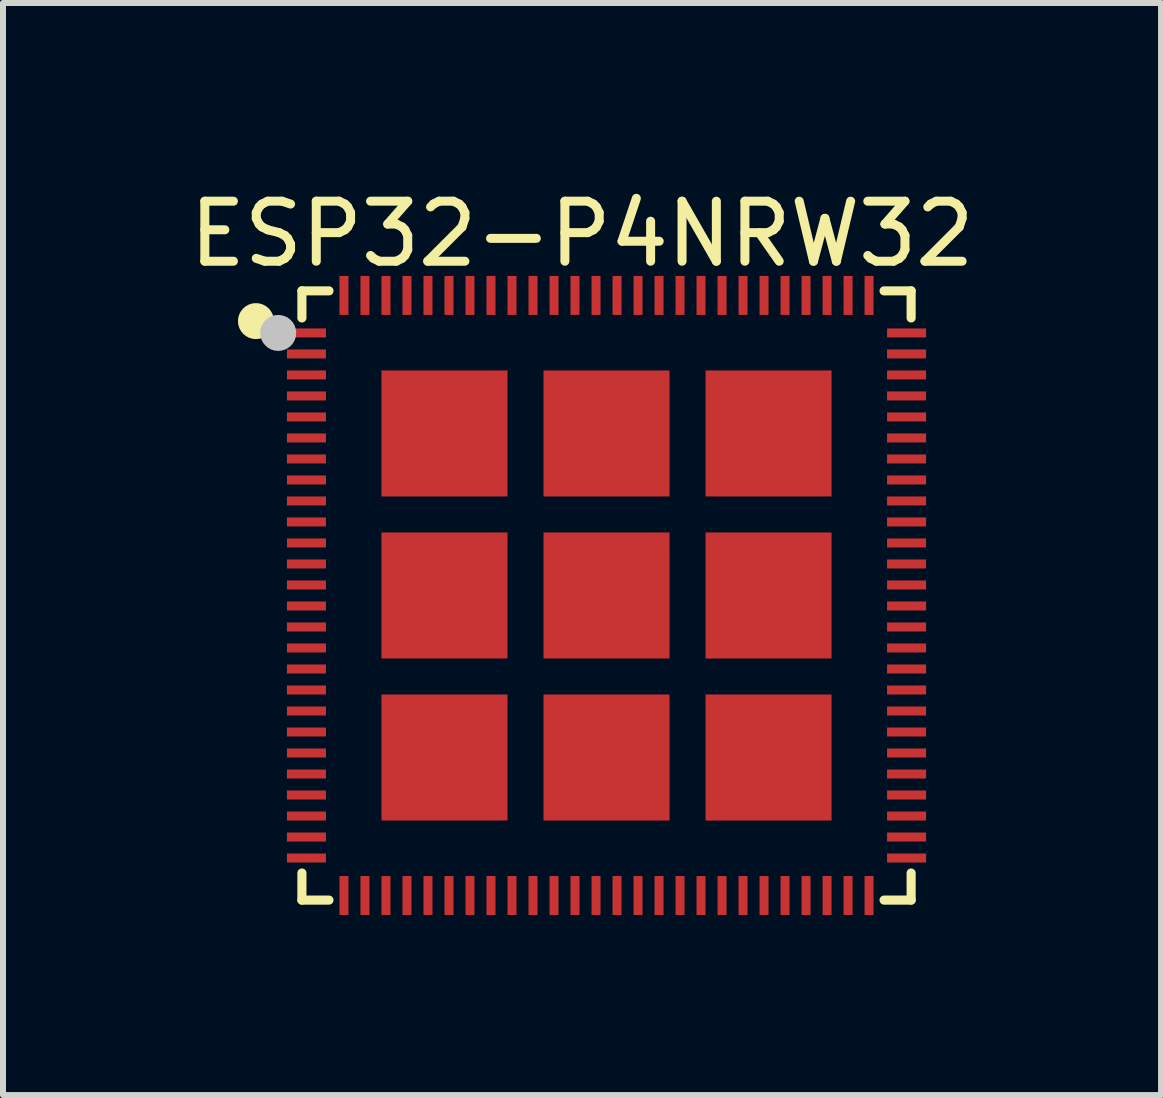
<source format=kicad_pcb>
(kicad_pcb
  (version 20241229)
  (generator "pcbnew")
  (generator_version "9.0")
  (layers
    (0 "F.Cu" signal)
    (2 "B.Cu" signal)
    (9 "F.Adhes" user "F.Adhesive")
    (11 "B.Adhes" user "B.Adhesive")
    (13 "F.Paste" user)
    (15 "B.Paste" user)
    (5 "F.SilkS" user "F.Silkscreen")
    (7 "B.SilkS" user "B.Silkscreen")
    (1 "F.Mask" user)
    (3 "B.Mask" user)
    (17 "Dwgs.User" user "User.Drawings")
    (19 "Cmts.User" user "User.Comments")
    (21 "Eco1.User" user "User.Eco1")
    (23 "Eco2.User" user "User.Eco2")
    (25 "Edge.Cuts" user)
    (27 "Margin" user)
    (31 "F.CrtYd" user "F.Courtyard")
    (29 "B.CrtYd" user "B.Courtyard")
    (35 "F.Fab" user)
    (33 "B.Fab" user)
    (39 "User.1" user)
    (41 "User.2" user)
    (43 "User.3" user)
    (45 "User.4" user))
  (footprint "ESP32-P4NRW32"
    (layer "F.Cu")
    (at 7.057 6.873)
    (property "Reference" "ESP32-P4NRW32" (at -0.408 -6.025 0) (layer "F.SilkS") (effects (font (size 1 1) (thickness 0.15))))
    (fp_line (start -5.076 -5.076) (end -4.625 -5.076) (stroke (width 0.152) (type default)) (layer "F.SilkS"))
    (fp_line (start -5.076 -4.625) (end -5.076 -5.076) (stroke (width 0.152) (type default)) (layer "F.SilkS"))
    (fp_line (start -5.076 4.625) (end -5.076 5.076) (stroke (width 0.152) (type default)) (layer "F.SilkS"))
    (fp_line (start -5.076 5.076) (end -4.625 5.076) (stroke (width 0.152) (type default)) (layer "F.SilkS"))
    (fp_line (start 5.076 -5.076) (end 4.625 -5.076) (stroke (width 0.152) (type default)) (layer "F.SilkS"))
    (fp_line (start 5.076 -4.625) (end 5.076 -5.076) (stroke (width 0.152) (type default)) (layer "F.SilkS"))
    (fp_line (start 5.076 4.625) (end 5.076 5.076) (stroke (width 0.152) (type default)) (layer "F.SilkS"))
    (fp_line (start 5.076 5.076) (end 4.625 5.076) (stroke (width 0.152) (type default)) (layer "F.SilkS"))
    (fp_circle (center -5.842 -4.572) (end -5.692 -4.572) (stroke (width 0.3) (type default)) (fill no) (layer "F.SilkS"))
    (fp_circle (center -5.471 -4.375) (end -5.321 -4.375) (stroke (width 0.3) (type default)) (fill no) (layer "Dwgs.User"))
    (fp_poly (pts (xy -5 -4.285) (xy -4.6 -4.285) (xy -4.6 -4.465) (xy -5 -4.465)) (stroke (width 0.1) (type default)) (fill no) (layer "User.1"))
    (fp_poly (pts (xy -5 -4.285) (xy -4.6 -4.285) (xy -4.6 -4.465) (xy -5 -4.465)) (stroke (width 0.1) (type default)) (fill no) (layer "User.1"))
    (fp_poly (pts (xy -5 -3.935) (xy -4.6 -3.935) (xy -4.6 -4.115) (xy -5 -4.115)) (stroke (width 0.1) (type default)) (fill no) (layer "User.1"))
    (fp_poly (pts (xy -5 -3.935) (xy -4.6 -3.935) (xy -4.6 -4.115) (xy -5 -4.115)) (stroke (width 0.1) (type default)) (fill no) (layer "User.1"))
    (fp_poly (pts (xy -5 -3.585) (xy -4.6 -3.585) (xy -4.6 -3.765) (xy -5 -3.765)) (stroke (width 0.1) (type default)) (fill no) (layer "User.1"))
    (fp_poly (pts (xy -5 -3.585) (xy -4.6 -3.585) (xy -4.6 -3.765) (xy -5 -3.765)) (stroke (width 0.1) (type default)) (fill no) (layer "User.1"))
    (fp_poly (pts (xy -5 -3.235) (xy -4.6 -3.235) (xy -4.6 -3.415) (xy -5 -3.415)) (stroke (width 0.1) (type default)) (fill no) (layer "User.1"))
    (fp_poly (pts (xy -5 -3.235) (xy -4.6 -3.235) (xy -4.6 -3.415) (xy -5 -3.415)) (stroke (width 0.1) (type default)) (fill no) (layer "User.1"))
    (fp_poly (pts (xy -5 -2.885) (xy -4.6 -2.885) (xy -4.6 -3.065) (xy -5 -3.065)) (stroke (width 0.1) (type default)) (fill no) (layer "User.1"))
    (fp_poly (pts (xy -5 -2.885) (xy -4.6 -2.885) (xy -4.6 -3.065) (xy -5 -3.065)) (stroke (width 0.1) (type default)) (fill no) (layer "User.1"))
    (fp_poly (pts (xy -5 -2.535) (xy -4.6 -2.535) (xy -4.6 -2.715) (xy -5 -2.715)) (stroke (width 0.1) (type default)) (fill no) (layer "User.1"))
    (fp_poly (pts (xy -5 -2.535) (xy -4.6 -2.535) (xy -4.6 -2.715) (xy -5 -2.715)) (stroke (width 0.1) (type default)) (fill no) (layer "User.1"))
    (fp_poly (pts (xy -5 -2.185) (xy -4.6 -2.185) (xy -4.6 -2.365) (xy -5 -2.365)) (stroke (width 0.1) (type default)) (fill no) (layer "User.1"))
    (fp_poly (pts (xy -5 -2.185) (xy -4.6 -2.185) (xy -4.6 -2.365) (xy -5 -2.365)) (stroke (width 0.1) (type default)) (fill no) (layer "User.1"))
    (fp_poly (pts (xy -5 -1.835) (xy -4.6 -1.835) (xy -4.6 -2.015) (xy -5 -2.015)) (stroke (width 0.1) (type default)) (fill no) (layer "User.1"))
    (fp_poly (pts (xy -5 -1.835) (xy -4.6 -1.835) (xy -4.6 -2.015) (xy -5 -2.015)) (stroke (width 0.1) (type default)) (fill no) (layer "User.1"))
    (fp_poly (pts (xy -5 -1.485) (xy -4.6 -1.485) (xy -4.6 -1.665) (xy -5 -1.665)) (stroke (width 0.1) (type default)) (fill no) (layer "User.1"))
    (fp_poly (pts (xy -5 -1.485) (xy -4.6 -1.485) (xy -4.6 -1.665) (xy -5 -1.665)) (stroke (width 0.1) (type default)) (fill no) (layer "User.1"))
    (fp_poly (pts (xy -5 -1.135) (xy -4.6 -1.135) (xy -4.6 -1.315) (xy -5 -1.315)) (stroke (width 0.1) (type default)) (fill no) (layer "User.1"))
    (fp_poly (pts (xy -5 -1.135) (xy -4.6 -1.135) (xy -4.6 -1.315) (xy -5 -1.315)) (stroke (width 0.1) (type default)) (fill no) (layer "User.1"))
    (fp_poly (pts (xy -5 -0.785) (xy -4.6 -0.785) (xy -4.6 -0.965) (xy -5 -0.965)) (stroke (width 0.1) (type default)) (fill no) (layer "User.1"))
    (fp_poly (pts (xy -5 -0.785) (xy -4.6 -0.785) (xy -4.6 -0.965) (xy -5 -0.965)) (stroke (width 0.1) (type default)) (fill no) (layer "User.1"))
    (fp_poly (pts (xy -5 -0.435) (xy -4.6 -0.435) (xy -4.6 -0.615) (xy -5 -0.615)) (stroke (width 0.1) (type default)) (fill no) (layer "User.1"))
    (fp_poly (pts (xy -5 -0.435) (xy -4.6 -0.435) (xy -4.6 -0.615) (xy -5 -0.615)) (stroke (width 0.1) (type default)) (fill no) (layer "User.1"))
    (fp_poly (pts (xy -5 -0.085) (xy -4.6 -0.085) (xy -4.6 -0.265) (xy -5 -0.265)) (stroke (width 0.1) (type default)) (fill no) (layer "User.1"))
    (fp_poly (pts (xy -5 -0.085) (xy -4.6 -0.085) (xy -4.6 -0.265) (xy -5 -0.265)) (stroke (width 0.1) (type default)) (fill no) (layer "User.1"))
    (fp_poly (pts (xy -5 0.265) (xy -4.6 0.265) (xy -4.6 0.085) (xy -5 0.085)) (stroke (width 0.1) (type default)) (fill no) (layer "User.1"))
    (fp_poly (pts (xy -5 0.265) (xy -4.6 0.265) (xy -4.6 0.085) (xy -5 0.085)) (stroke (width 0.1) (type default)) (fill no) (layer "User.1"))
    (fp_poly (pts (xy -5 0.615) (xy -4.6 0.615) (xy -4.6 0.435) (xy -5 0.435)) (stroke (width 0.1) (type default)) (fill no) (layer "User.1"))
    (fp_poly (pts (xy -5 0.615) (xy -4.6 0.615) (xy -4.6 0.435) (xy -5 0.435)) (stroke (width 0.1) (type default)) (fill no) (layer "User.1"))
    (fp_poly (pts (xy -5 0.965) (xy -4.6 0.965) (xy -4.6 0.785) (xy -5 0.785)) (stroke (width 0.1) (type default)) (fill no) (layer "User.1"))
    (fp_poly (pts (xy -5 0.965) (xy -4.6 0.965) (xy -4.6 0.785) (xy -5 0.785)) (stroke (width 0.1) (type default)) (fill no) (layer "User.1"))
    (fp_poly (pts (xy -5 1.315) (xy -4.6 1.315) (xy -4.6 1.135) (xy -5 1.135)) (stroke (width 0.1) (type default)) (fill no) (layer "User.1"))
    (fp_poly (pts (xy -5 1.315) (xy -4.6 1.315) (xy -4.6 1.135) (xy -5 1.135)) (stroke (width 0.1) (type default)) (fill no) (layer "User.1"))
    (fp_poly (pts (xy -5 1.665) (xy -4.6 1.665) (xy -4.6 1.485) (xy -5 1.485)) (stroke (width 0.1) (type default)) (fill no) (layer "User.1"))
    (fp_poly (pts (xy -5 1.665) (xy -4.6 1.665) (xy -4.6 1.485) (xy -5 1.485)) (stroke (width 0.1) (type default)) (fill no) (layer "User.1"))
    (fp_poly (pts (xy -5 2.015) (xy -4.6 2.015) (xy -4.6 1.835) (xy -5 1.835)) (stroke (width 0.1) (type default)) (fill no) (layer "User.1"))
    (fp_poly (pts (xy -5 2.015) (xy -4.6 2.015) (xy -4.6 1.835) (xy -5 1.835)) (stroke (width 0.1) (type default)) (fill no) (layer "User.1"))
    (fp_poly (pts (xy -5 2.365) (xy -4.6 2.365) (xy -4.6 2.185) (xy -5 2.185)) (stroke (width 0.1) (type default)) (fill no) (layer "User.1"))
    (fp_poly (pts (xy -5 2.365) (xy -4.6 2.365) (xy -4.6 2.185) (xy -5 2.185)) (stroke (width 0.1) (type default)) (fill no) (layer "User.1"))
    (fp_poly (pts (xy -5 2.715) (xy -4.6 2.715) (xy -4.6 2.535) (xy -5 2.535)) (stroke (width 0.1) (type default)) (fill no) (layer "User.1"))
    (fp_poly (pts (xy -5 2.715) (xy -4.6 2.715) (xy -4.6 2.535) (xy -5 2.535)) (stroke (width 0.1) (type default)) (fill no) (layer "User.1"))
    (fp_poly (pts (xy -5 3.065) (xy -4.6 3.065) (xy -4.6 2.885) (xy -5 2.885)) (stroke (width 0.1) (type default)) (fill no) (layer "User.1"))
    (fp_poly (pts (xy -5 3.065) (xy -4.6 3.065) (xy -4.6 2.885) (xy -5 2.885)) (stroke (width 0.1) (type default)) (fill no) (layer "User.1"))
    (fp_poly (pts (xy -5 3.415) (xy -4.6 3.415) (xy -4.6 3.235) (xy -5 3.235)) (stroke (width 0.1) (type default)) (fill no) (layer "User.1"))
    (fp_poly (pts (xy -5 3.415) (xy -4.6 3.415) (xy -4.6 3.235) (xy -5 3.235)) (stroke (width 0.1) (type default)) (fill no) (layer "User.1"))
    (fp_poly (pts (xy -5 3.765) (xy -4.6 3.765) (xy -4.6 3.585) (xy -5 3.585)) (stroke (width 0.1) (type default)) (fill no) (layer "User.1"))
    (fp_poly (pts (xy -5 3.765) (xy -4.6 3.765) (xy -4.6 3.585) (xy -5 3.585)) (stroke (width 0.1) (type default)) (fill no) (layer "User.1"))
    (fp_poly (pts (xy -5 4.115) (xy -4.6 4.115) (xy -4.6 3.935) (xy -5 3.935)) (stroke (width 0.1) (type default)) (fill no) (layer "User.1"))
    (fp_poly (pts (xy -5 4.115) (xy -4.6 4.115) (xy -4.6 3.935) (xy -5 3.935)) (stroke (width 0.1) (type default)) (fill no) (layer "User.1"))
    (fp_poly (pts (xy -5 4.465) (xy -4.6 4.465) (xy -4.6 4.285) (xy -5 4.285)) (stroke (width 0.1) (type default)) (fill no) (layer "User.1"))
    (fp_poly (pts (xy -5 4.465) (xy -4.6 4.465) (xy -4.6 4.285) (xy -5 4.285)) (stroke (width 0.1) (type default)) (fill no) (layer "User.1"))
    (fp_poly (pts (xy -4.465 -5) (xy -4.285 -5) (xy -4.285 -4.6) (xy -4.465 -4.6)) (stroke (width 0.1) (type default)) (fill no) (layer "User.1"))
    (fp_poly (pts (xy -4.465 -5) (xy -4.285 -5) (xy -4.285 -4.6) (xy -4.465 -4.6)) (stroke (width 0.1) (type default)) (fill no) (layer "User.1"))
    (fp_poly (pts (xy -4.465 5) (xy -4.285 5) (xy -4.285 4.599) (xy -4.465 4.599)) (stroke (width 0.1) (type default)) (fill no) (layer "User.1"))
    (fp_poly (pts (xy -4.465 5) (xy -4.285 5) (xy -4.285 4.6) (xy -4.465 4.6)) (stroke (width 0.1) (type default)) (fill no) (layer "User.1"))
    (fp_poly (pts (xy -4.115 -5) (xy -3.935 -5) (xy -3.935 -4.6) (xy -4.115 -4.6)) (stroke (width 0.1) (type default)) (fill no) (layer "User.1"))
    (fp_poly (pts (xy -4.115 -5) (xy -3.935 -5) (xy -3.935 -4.6) (xy -4.115 -4.6)) (stroke (width 0.1) (type default)) (fill no) (layer "User.1"))
    (fp_poly (pts (xy -4.115 5) (xy -3.935 5) (xy -3.935 4.6) (xy -4.115 4.6)) (stroke (width 0.1) (type default)) (fill no) (layer "User.1"))
    (fp_poly (pts (xy -4.115 5) (xy -3.935 5) (xy -3.935 4.6) (xy -4.115 4.6)) (stroke (width 0.1) (type default)) (fill no) (layer "User.1"))
    (fp_poly (pts (xy -3.765 -5) (xy -3.585 -5) (xy -3.585 -4.6) (xy -3.765 -4.6)) (stroke (width 0.1) (type default)) (fill no) (layer "User.1"))
    (fp_poly (pts (xy -3.765 -5) (xy -3.585 -5) (xy -3.585 -4.6) (xy -3.765 -4.6)) (stroke (width 0.1) (type default)) (fill no) (layer "User.1"))
    (fp_poly (pts (xy -3.765 5) (xy -3.585 5) (xy -3.585 4.6) (xy -3.765 4.6)) (stroke (width 0.1) (type default)) (fill no) (layer "User.1"))
    (fp_poly (pts (xy -3.765 5) (xy -3.585 5) (xy -3.585 4.6) (xy -3.765 4.6)) (stroke (width 0.1) (type default)) (fill no) (layer "User.1"))
    (fp_poly (pts (xy -3.415 -5) (xy -3.235 -5) (xy -3.235 -4.6) (xy -3.415 -4.6)) (stroke (width 0.1) (type default)) (fill no) (layer "User.1"))
    (fp_poly (pts (xy -3.415 -5) (xy -3.235 -5) (xy -3.235 -4.6) (xy -3.415 -4.6)) (stroke (width 0.1) (type default)) (fill no) (layer "User.1"))
    (fp_poly (pts (xy -3.415 5) (xy -3.235 5) (xy -3.235 4.6) (xy -3.415 4.6)) (stroke (width 0.1) (type default)) (fill no) (layer "User.1"))
    (fp_poly (pts (xy -3.415 5) (xy -3.235 5) (xy -3.235 4.6) (xy -3.415 4.6)) (stroke (width 0.1) (type default)) (fill no) (layer "User.1"))
    (fp_poly (pts (xy -3.065 -5) (xy -2.885 -5) (xy -2.885 -4.6) (xy -3.065 -4.6)) (stroke (width 0.1) (type default)) (fill no) (layer "User.1"))
    (fp_poly (pts (xy -3.065 -5) (xy -2.885 -5) (xy -2.885 -4.6) (xy -3.065 -4.6)) (stroke (width 0.1) (type default)) (fill no) (layer "User.1"))
    (fp_poly (pts (xy -3.065 5) (xy -2.885 5) (xy -2.885 4.6) (xy -3.065 4.6)) (stroke (width 0.1) (type default)) (fill no) (layer "User.1"))
    (fp_poly (pts (xy -3.065 5) (xy -2.885 5) (xy -2.885 4.6) (xy -3.065 4.6)) (stroke (width 0.1) (type default)) (fill no) (layer "User.1"))
    (fp_poly (pts (xy -2.715 -5) (xy -2.535 -5) (xy -2.535 -4.6) (xy -2.715 -4.6)) (stroke (width 0.1) (type default)) (fill no) (layer "User.1"))
    (fp_poly (pts (xy -2.715 -5) (xy -2.535 -5) (xy -2.535 -4.6) (xy -2.715 -4.6)) (stroke (width 0.1) (type default)) (fill no) (layer "User.1"))
    (fp_poly (pts (xy -2.715 5) (xy -2.535 5) (xy -2.535 4.6) (xy -2.715 4.6)) (stroke (width 0.1) (type default)) (fill no) (layer "User.1"))
    (fp_poly (pts (xy -2.715 5) (xy -2.535 5) (xy -2.535 4.6) (xy -2.715 4.6)) (stroke (width 0.1) (type default)) (fill no) (layer "User.1"))
    (fp_poly (pts (xy -2.365 -5) (xy -2.185 -5) (xy -2.185 -4.6) (xy -2.365 -4.6)) (stroke (width 0.1) (type default)) (fill no) (layer "User.1"))
    (fp_poly (pts (xy -2.365 -5) (xy -2.185 -5) (xy -2.185 -4.6) (xy -2.365 -4.6)) (stroke (width 0.1) (type default)) (fill no) (layer "User.1"))
    (fp_poly (pts (xy -2.365 5) (xy -2.185 5) (xy -2.185 4.6) (xy -2.365 4.6)) (stroke (width 0.1) (type default)) (fill no) (layer "User.1"))
    (fp_poly (pts (xy -2.365 5) (xy -2.185 5) (xy -2.185 4.6) (xy -2.365 4.6)) (stroke (width 0.1) (type default)) (fill no) (layer "User.1"))
    (fp_poly (pts (xy -2.015 -5) (xy -1.835 -5) (xy -1.835 -4.6) (xy -2.015 -4.6)) (stroke (width 0.1) (type default)) (fill no) (layer "User.1"))
    (fp_poly (pts (xy -2.015 -5) (xy -1.835 -5) (xy -1.835 -4.6) (xy -2.015 -4.6)) (stroke (width 0.1) (type default)) (fill no) (layer "User.1"))
    (fp_poly (pts (xy -2.015 5) (xy -1.835 5) (xy -1.835 4.6) (xy -2.015 4.6)) (stroke (width 0.1) (type default)) (fill no) (layer "User.1"))
    (fp_poly (pts (xy -2.015 5) (xy -1.835 5) (xy -1.835 4.6) (xy -2.015 4.6)) (stroke (width 0.1) (type default)) (fill no) (layer "User.1"))
    (fp_poly (pts (xy -1.665 -5) (xy -1.485 -5) (xy -1.485 -4.6) (xy -1.665 -4.6)) (stroke (width 0.1) (type default)) (fill no) (layer "User.1"))
    (fp_poly (pts (xy -1.665 -5) (xy -1.485 -5) (xy -1.485 -4.6) (xy -1.665 -4.6)) (stroke (width 0.1) (type default)) (fill no) (layer "User.1"))
    (fp_poly (pts (xy -1.665 5) (xy -1.485 5) (xy -1.485 4.6) (xy -1.665 4.6)) (stroke (width 0.1) (type default)) (fill no) (layer "User.1"))
    (fp_poly (pts (xy -1.665 5) (xy -1.485 5) (xy -1.485 4.6) (xy -1.665 4.6)) (stroke (width 0.1) (type default)) (fill no) (layer "User.1"))
    (fp_poly (pts (xy -1.315 -5) (xy -1.135 -5) (xy -1.135 -4.6) (xy -1.315 -4.6)) (stroke (width 0.1) (type default)) (fill no) (layer "User.1"))
    (fp_poly (pts (xy -1.315 -5) (xy -1.135 -5) (xy -1.135 -4.6) (xy -1.315 -4.6)) (stroke (width 0.1) (type default)) (fill no) (layer "User.1"))
    (fp_poly (pts (xy -1.315 5) (xy -1.135 5) (xy -1.135 4.6) (xy -1.315 4.6)) (stroke (width 0.1) (type default)) (fill no) (layer "User.1"))
    (fp_poly (pts (xy -1.315 5) (xy -1.135 5) (xy -1.135 4.6) (xy -1.315 4.6)) (stroke (width 0.1) (type default)) (fill no) (layer "User.1"))
    (fp_poly (pts (xy -0.965 -5) (xy -0.785 -5) (xy -0.785 -4.6) (xy -0.965 -4.6)) (stroke (width 0.1) (type default)) (fill no) (layer "User.1"))
    (fp_poly (pts (xy -0.965 -5) (xy -0.785 -5) (xy -0.785 -4.6) (xy -0.965 -4.6)) (stroke (width 0.1) (type default)) (fill no) (layer "User.1"))
    (fp_poly (pts (xy -0.965 5) (xy -0.785 5) (xy -0.785 4.6) (xy -0.965 4.6)) (stroke (width 0.1) (type default)) (fill no) (layer "User.1"))
    (fp_poly (pts (xy -0.965 5) (xy -0.785 5) (xy -0.785 4.6) (xy -0.965 4.6)) (stroke (width 0.1) (type default)) (fill no) (layer "User.1"))
    (fp_poly (pts (xy -0.615 -5) (xy -0.435 -5) (xy -0.435 -4.6) (xy -0.615 -4.6)) (stroke (width 0.1) (type default)) (fill no) (layer "User.1"))
    (fp_poly (pts (xy -0.615 -5) (xy -0.435 -5) (xy -0.435 -4.6) (xy -0.615 -4.6)) (stroke (width 0.1) (type default)) (fill no) (layer "User.1"))
    (fp_poly (pts (xy -0.615 5) (xy -0.435 5) (xy -0.435 4.6) (xy -0.615 4.6)) (stroke (width 0.1) (type default)) (fill no) (layer "User.1"))
    (fp_poly (pts (xy -0.615 5) (xy -0.435 5) (xy -0.435 4.6) (xy -0.615 4.6)) (stroke (width 0.1) (type default)) (fill no) (layer "User.1"))
    (fp_poly (pts (xy -0.265 -5) (xy -0.085 -5) (xy -0.085 -4.6) (xy -0.265 -4.6)) (stroke (width 0.1) (type default)) (fill no) (layer "User.1"))
    (fp_poly (pts (xy -0.265 -5) (xy -0.085 -5) (xy -0.085 -4.6) (xy -0.265 -4.6)) (stroke (width 0.1) (type default)) (fill no) (layer "User.1"))
    (fp_poly (pts (xy -0.265 5) (xy -0.085 5) (xy -0.085 4.6) (xy -0.265 4.6)) (stroke (width 0.1) (type default)) (fill no) (layer "User.1"))
    (fp_poly (pts (xy -0.265 5) (xy -0.085 5) (xy -0.085 4.6) (xy -0.265 4.6)) (stroke (width 0.1) (type default)) (fill no) (layer "User.1"))
    (fp_poly (pts (xy 0.085 -5) (xy 0.265 -5) (xy 0.265 -4.6) (xy 0.085 -4.6)) (stroke (width 0.1) (type default)) (fill no) (layer "User.1"))
    (fp_poly (pts (xy 0.085 -5) (xy 0.265 -5) (xy 0.265 -4.6) (xy 0.085 -4.6)) (stroke (width 0.1) (type default)) (fill no) (layer "User.1"))
    (fp_poly (pts (xy 0.085 5) (xy 0.265 5) (xy 0.265 4.6) (xy 0.085 4.6)) (stroke (width 0.1) (type default)) (fill no) (layer "User.1"))
    (fp_poly (pts (xy 0.085 5) (xy 0.265 5) (xy 0.265 4.6) (xy 0.085 4.6)) (stroke (width 0.1) (type default)) (fill no) (layer "User.1"))
    (fp_poly (pts (xy 0.435 -5) (xy 0.615 -5) (xy 0.615 -4.6) (xy 0.435 -4.6)) (stroke (width 0.1) (type default)) (fill no) (layer "User.1"))
    (fp_poly (pts (xy 0.435 -5) (xy 0.615 -5) (xy 0.615 -4.6) (xy 0.435 -4.6)) (stroke (width 0.1) (type default)) (fill no) (layer "User.1"))
    (fp_poly (pts (xy 0.435 5) (xy 0.615 5) (xy 0.615 4.6) (xy 0.435 4.6)) (stroke (width 0.1) (type default)) (fill no) (layer "User.1"))
    (fp_poly (pts (xy 0.435 5) (xy 0.615 5) (xy 0.615 4.6) (xy 0.435 4.6)) (stroke (width 0.1) (type default)) (fill no) (layer "User.1"))
    (fp_poly (pts (xy 0.785 -5) (xy 0.965 -5) (xy 0.965 -4.6) (xy 0.785 -4.6)) (stroke (width 0.1) (type default)) (fill no) (layer "User.1"))
    (fp_poly (pts (xy 0.785 -5) (xy 0.965 -5) (xy 0.965 -4.6) (xy 0.785 -4.6)) (stroke (width 0.1) (type default)) (fill no) (layer "User.1"))
    (fp_poly (pts (xy 0.785 5) (xy 0.965 5) (xy 0.965 4.6) (xy 0.785 4.6)) (stroke (width 0.1) (type default)) (fill no) (layer "User.1"))
    (fp_poly (pts (xy 0.785 5) (xy 0.965 5) (xy 0.965 4.6) (xy 0.785 4.6)) (stroke (width 0.1) (type default)) (fill no) (layer "User.1"))
    (fp_poly (pts (xy 1.135 -5) (xy 1.315 -5) (xy 1.315 -4.6) (xy 1.135 -4.6)) (stroke (width 0.1) (type default)) (fill no) (layer "User.1"))
    (fp_poly (pts (xy 1.135 -5) (xy 1.315 -5) (xy 1.315 -4.6) (xy 1.135 -4.6)) (stroke (width 0.1) (type default)) (fill no) (layer "User.1"))
    (fp_poly (pts (xy 1.135 5) (xy 1.315 5) (xy 1.315 4.6) (xy 1.135 4.6)) (stroke (width 0.1) (type default)) (fill no) (layer "User.1"))
    (fp_poly (pts (xy 1.135 5) (xy 1.315 5) (xy 1.315 4.6) (xy 1.135 4.6)) (stroke (width 0.1) (type default)) (fill no) (layer "User.1"))
    (fp_poly (pts (xy 1.485 -5) (xy 1.665 -5) (xy 1.665 -4.6) (xy 1.485 -4.6)) (stroke (width 0.1) (type default)) (fill no) (layer "User.1"))
    (fp_poly (pts (xy 1.485 -5) (xy 1.665 -5) (xy 1.665 -4.6) (xy 1.485 -4.6)) (stroke (width 0.1) (type default)) (fill no) (layer "User.1"))
    (fp_poly (pts (xy 1.485 5) (xy 1.665 5) (xy 1.665 4.6) (xy 1.485 4.6)) (stroke (width 0.1) (type default)) (fill no) (layer "User.1"))
    (fp_poly (pts (xy 1.485 5) (xy 1.665 5) (xy 1.665 4.6) (xy 1.485 4.6)) (stroke (width 0.1) (type default)) (fill no) (layer "User.1"))
    (fp_poly (pts (xy 1.835 -5) (xy 2.015 -5) (xy 2.015 -4.6) (xy 1.835 -4.6)) (stroke (width 0.1) (type default)) (fill no) (layer "User.1"))
    (fp_poly (pts (xy 1.835 -5) (xy 2.015 -5) (xy 2.015 -4.6) (xy 1.835 -4.6)) (stroke (width 0.1) (type default)) (fill no) (layer "User.1"))
    (fp_poly (pts (xy 1.835 5) (xy 2.015 5) (xy 2.015 4.6) (xy 1.835 4.6)) (stroke (width 0.1) (type default)) (fill no) (layer "User.1"))
    (fp_poly (pts (xy 1.835 5) (xy 2.015 5) (xy 2.015 4.6) (xy 1.835 4.6)) (stroke (width 0.1) (type default)) (fill no) (layer "User.1"))
    (fp_poly (pts (xy 2.185 -5) (xy 2.365 -5) (xy 2.365 -4.6) (xy 2.185 -4.6)) (stroke (width 0.1) (type default)) (fill no) (layer "User.1"))
    (fp_poly (pts (xy 2.185 -5) (xy 2.365 -5) (xy 2.365 -4.6) (xy 2.185 -4.6)) (stroke (width 0.1) (type default)) (fill no) (layer "User.1"))
    (fp_poly (pts (xy 2.185 5) (xy 2.365 5) (xy 2.365 4.6) (xy 2.185 4.6)) (stroke (width 0.1) (type default)) (fill no) (layer "User.1"))
    (fp_poly (pts (xy 2.185 5) (xy 2.365 5) (xy 2.365 4.6) (xy 2.185 4.6)) (stroke (width 0.1) (type default)) (fill no) (layer "User.1"))
    (fp_poly (pts (xy 2.535 -5) (xy 2.715 -5) (xy 2.715 -4.6) (xy 2.535 -4.6)) (stroke (width 0.1) (type default)) (fill no) (layer "User.1"))
    (fp_poly (pts (xy 2.535 -5) (xy 2.715 -5) (xy 2.715 -4.6) (xy 2.535 -4.6)) (stroke (width 0.1) (type default)) (fill no) (layer "User.1"))
    (fp_poly (pts (xy 2.535 5) (xy 2.715 5) (xy 2.715 4.6) (xy 2.535 4.6)) (stroke (width 0.1) (type default)) (fill no) (layer "User.1"))
    (fp_poly (pts (xy 2.535 5) (xy 2.715 5) (xy 2.715 4.6) (xy 2.535 4.6)) (stroke (width 0.1) (type default)) (fill no) (layer "User.1"))
    (fp_poly (pts (xy 2.885 -5) (xy 3.065 -5) (xy 3.065 -4.6) (xy 2.885 -4.6)) (stroke (width 0.1) (type default)) (fill no) (layer "User.1"))
    (fp_poly (pts (xy 2.885 -5) (xy 3.065 -5) (xy 3.065 -4.6) (xy 2.885 -4.6)) (stroke (width 0.1) (type default)) (fill no) (layer "User.1"))
    (fp_poly (pts (xy 2.885 5) (xy 3.065 5) (xy 3.065 4.6) (xy 2.885 4.6)) (stroke (width 0.1) (type default)) (fill no) (layer "User.1"))
    (fp_poly (pts (xy 2.885 5) (xy 3.065 5) (xy 3.065 4.6) (xy 2.885 4.6)) (stroke (width 0.1) (type default)) (fill no) (layer "User.1"))
    (fp_poly (pts (xy 3.235 -5) (xy 3.415 -5) (xy 3.415 -4.6) (xy 3.235 -4.6)) (stroke (width 0.1) (type default)) (fill no) (layer "User.1"))
    (fp_poly (pts (xy 3.235 -5) (xy 3.415 -5) (xy 3.415 -4.6) (xy 3.235 -4.6)) (stroke (width 0.1) (type default)) (fill no) (layer "User.1"))
    (fp_poly (pts (xy 3.235 5) (xy 3.415 5) (xy 3.415 4.6) (xy 3.235 4.6)) (stroke (width 0.1) (type default)) (fill no) (layer "User.1"))
    (fp_poly (pts (xy 3.235 5) (xy 3.415 5) (xy 3.415 4.6) (xy 3.235 4.6)) (stroke (width 0.1) (type default)) (fill no) (layer "User.1"))
    (fp_poly (pts (xy 3.585 -5) (xy 3.765 -5) (xy 3.765 -4.6) (xy 3.585 -4.6)) (stroke (width 0.1) (type default)) (fill no) (layer "User.1"))
    (fp_poly (pts (xy 3.585 -5) (xy 3.765 -5) (xy 3.765 -4.6) (xy 3.585 -4.6)) (stroke (width 0.1) (type default)) (fill no) (layer "User.1"))
    (fp_poly (pts (xy 3.585 5) (xy 3.765 5) (xy 3.765 4.6) (xy 3.585 4.6)) (stroke (width 0.1) (type default)) (fill no) (layer "User.1"))
    (fp_poly (pts (xy 3.585 5) (xy 3.765 5) (xy 3.765 4.6) (xy 3.585 4.6)) (stroke (width 0.1) (type default)) (fill no) (layer "User.1"))
    (fp_poly (pts (xy 3.935 -5) (xy 4.115 -5) (xy 4.115 -4.6) (xy 3.935 -4.6)) (stroke (width 0.1) (type default)) (fill no) (layer "User.1"))
    (fp_poly (pts (xy 3.935 -5) (xy 4.115 -5) (xy 4.115 -4.6) (xy 3.935 -4.6)) (stroke (width 0.1) (type default)) (fill no) (layer "User.1"))
    (fp_poly (pts (xy 3.935 5) (xy 4.115 5) (xy 4.115 4.6) (xy 3.935 4.6)) (stroke (width 0.1) (type default)) (fill no) (layer "User.1"))
    (fp_poly (pts (xy 3.935 5) (xy 4.115 5) (xy 4.115 4.6) (xy 3.935 4.6)) (stroke (width 0.1) (type default)) (fill no) (layer "User.1"))
    (fp_poly (pts (xy 4.285 -5) (xy 4.465 -5) (xy 4.465 -4.6) (xy 4.285 -4.6)) (stroke (width 0.1) (type default)) (fill no) (layer "User.1"))
    (fp_poly (pts (xy 4.285 -5) (xy 4.465 -5) (xy 4.465 -4.6) (xy 4.285 -4.6)) (stroke (width 0.1) (type default)) (fill no) (layer "User.1"))
    (fp_poly (pts (xy 4.285 5) (xy 4.465 5) (xy 4.465 4.6) (xy 4.285 4.6)) (stroke (width 0.1) (type default)) (fill no) (layer "User.1"))
    (fp_poly (pts (xy 4.285 5) (xy 4.465 5) (xy 4.465 4.6) (xy 4.285 4.6)) (stroke (width 0.1) (type default)) (fill no) (layer "User.1"))
    (fp_poly (pts (xy 5 -4.285) (xy 4.6 -4.285) (xy 4.6 -4.465) (xy 5 -4.465)) (stroke (width 0.1) (type default)) (fill no) (layer "User.1"))
    (fp_poly (pts (xy 5 -4.285) (xy 4.6 -4.285) (xy 4.6 -4.465) (xy 5 -4.465)) (stroke (width 0.1) (type default)) (fill no) (layer "User.1"))
    (fp_poly (pts (xy 5 -3.935) (xy 4.6 -3.935) (xy 4.6 -4.115) (xy 5 -4.115)) (stroke (width 0.1) (type default)) (fill no) (layer "User.1"))
    (fp_poly (pts (xy 5 -3.935) (xy 4.6 -3.935) (xy 4.6 -4.115) (xy 5 -4.115)) (stroke (width 0.1) (type default)) (fill no) (layer "User.1"))
    (fp_poly (pts (xy 5 -3.585) (xy 4.6 -3.585) (xy 4.6 -3.765) (xy 5 -3.765)) (stroke (width 0.1) (type default)) (fill no) (layer "User.1"))
    (fp_poly (pts (xy 5 -3.585) (xy 4.6 -3.585) (xy 4.6 -3.765) (xy 5 -3.765)) (stroke (width 0.1) (type default)) (fill no) (layer "User.1"))
    (fp_poly (pts (xy 5 -3.235) (xy 4.6 -3.235) (xy 4.6 -3.415) (xy 5 -3.415)) (stroke (width 0.1) (type default)) (fill no) (layer "User.1"))
    (fp_poly (pts (xy 5 -3.235) (xy 4.6 -3.235) (xy 4.6 -3.415) (xy 5 -3.415)) (stroke (width 0.1) (type default)) (fill no) (layer "User.1"))
    (fp_poly (pts (xy 5 -2.885) (xy 4.6 -2.885) (xy 4.6 -3.065) (xy 5 -3.065)) (stroke (width 0.1) (type default)) (fill no) (layer "User.1"))
    (fp_poly (pts (xy 5 -2.885) (xy 4.6 -2.885) (xy 4.6 -3.065) (xy 5 -3.065)) (stroke (width 0.1) (type default)) (fill no) (layer "User.1"))
    (fp_poly (pts (xy 5 -2.535) (xy 4.6 -2.535) (xy 4.6 -2.715) (xy 5 -2.715)) (stroke (width 0.1) (type default)) (fill no) (layer "User.1"))
    (fp_poly (pts (xy 5 -2.535) (xy 4.6 -2.535) (xy 4.6 -2.715) (xy 5 -2.715)) (stroke (width 0.1) (type default)) (fill no) (layer "User.1"))
    (fp_poly (pts (xy 5 -2.185) (xy 4.6 -2.185) (xy 4.6 -2.365) (xy 5 -2.365)) (stroke (width 0.1) (type default)) (fill no) (layer "User.1"))
    (fp_poly (pts (xy 5 -2.185) (xy 4.6 -2.185) (xy 4.6 -2.365) (xy 5 -2.365)) (stroke (width 0.1) (type default)) (fill no) (layer "User.1"))
    (fp_poly (pts (xy 5 -1.835) (xy 4.6 -1.835) (xy 4.6 -2.015) (xy 5 -2.015)) (stroke (width 0.1) (type default)) (fill no) (layer "User.1"))
    (fp_poly (pts (xy 5 -1.835) (xy 4.6 -1.835) (xy 4.6 -2.015) (xy 5 -2.015)) (stroke (width 0.1) (type default)) (fill no) (layer "User.1"))
    (fp_poly (pts (xy 5 -1.485) (xy 4.6 -1.485) (xy 4.6 -1.665) (xy 5 -1.665)) (stroke (width 0.1) (type default)) (fill no) (layer "User.1"))
    (fp_poly (pts (xy 5 -1.485) (xy 4.6 -1.485) (xy 4.6 -1.665) (xy 5 -1.665)) (stroke (width 0.1) (type default)) (fill no) (layer "User.1"))
    (fp_poly (pts (xy 5 -1.135) (xy 4.6 -1.135) (xy 4.6 -1.315) (xy 5 -1.315)) (stroke (width 0.1) (type default)) (fill no) (layer "User.1"))
    (fp_poly (pts (xy 5 -1.135) (xy 4.6 -1.135) (xy 4.6 -1.315) (xy 5 -1.315)) (stroke (width 0.1) (type default)) (fill no) (layer "User.1"))
    (fp_poly (pts (xy 5 -0.785) (xy 4.6 -0.785) (xy 4.6 -0.965) (xy 5 -0.965)) (stroke (width 0.1) (type default)) (fill no) (layer "User.1"))
    (fp_poly (pts (xy 5 -0.785) (xy 4.6 -0.785) (xy 4.6 -0.965) (xy 5 -0.965)) (stroke (width 0.1) (type default)) (fill no) (layer "User.1"))
    (fp_poly (pts (xy 5 -0.435) (xy 4.6 -0.435) (xy 4.6 -0.615) (xy 5 -0.615)) (stroke (width 0.1) (type default)) (fill no) (layer "User.1"))
    (fp_poly (pts (xy 5 -0.435) (xy 4.6 -0.435) (xy 4.6 -0.615) (xy 5 -0.615)) (stroke (width 0.1) (type default)) (fill no) (layer "User.1"))
    (fp_poly (pts (xy 5 -0.085) (xy 4.6 -0.085) (xy 4.6 -0.265) (xy 5 -0.265)) (stroke (width 0.1) (type default)) (fill no) (layer "User.1"))
    (fp_poly (pts (xy 5 -0.085) (xy 4.6 -0.085) (xy 4.6 -0.265) (xy 5 -0.265)) (stroke (width 0.1) (type default)) (fill no) (layer "User.1"))
    (fp_poly (pts (xy 5 0.265) (xy 4.6 0.265) (xy 4.6 0.085) (xy 5 0.085)) (stroke (width 0.1) (type default)) (fill no) (layer "User.1"))
    (fp_poly (pts (xy 5 0.265) (xy 4.6 0.265) (xy 4.6 0.085) (xy 5 0.085)) (stroke (width 0.1) (type default)) (fill no) (layer "User.1"))
    (fp_poly (pts (xy 5 0.615) (xy 4.6 0.615) (xy 4.6 0.435) (xy 5 0.435)) (stroke (width 0.1) (type default)) (fill no) (layer "User.1"))
    (fp_poly (pts (xy 5 0.615) (xy 4.6 0.615) (xy 4.6 0.435) (xy 5 0.435)) (stroke (width 0.1) (type default)) (fill no) (layer "User.1"))
    (fp_poly (pts (xy 5 0.965) (xy 4.6 0.965) (xy 4.6 0.785) (xy 5 0.785)) (stroke (width 0.1) (type default)) (fill no) (layer "User.1"))
    (fp_poly (pts (xy 5 0.965) (xy 4.6 0.965) (xy 4.6 0.785) (xy 5 0.785)) (stroke (width 0.1) (type default)) (fill no) (layer "User.1"))
    (fp_poly (pts (xy 5 1.315) (xy 4.6 1.315) (xy 4.6 1.135) (xy 5 1.135)) (stroke (width 0.1) (type default)) (fill no) (layer "User.1"))
    (fp_poly (pts (xy 5 1.315) (xy 4.6 1.315) (xy 4.6 1.135) (xy 5 1.135)) (stroke (width 0.1) (type default)) (fill no) (layer "User.1"))
    (fp_poly (pts (xy 5 1.665) (xy 4.6 1.665) (xy 4.6 1.485) (xy 5 1.485)) (stroke (width 0.1) (type default)) (fill no) (layer "User.1"))
    (fp_poly (pts (xy 5 1.665) (xy 4.6 1.665) (xy 4.6 1.485) (xy 5 1.485)) (stroke (width 0.1) (type default)) (fill no) (layer "User.1"))
    (fp_poly (pts (xy 5 2.015) (xy 4.6 2.015) (xy 4.6 1.835) (xy 5 1.835)) (stroke (width 0.1) (type default)) (fill no) (layer "User.1"))
    (fp_poly (pts (xy 5 2.015) (xy 4.6 2.015) (xy 4.6 1.835) (xy 5 1.835)) (stroke (width 0.1) (type default)) (fill no) (layer "User.1"))
    (fp_poly (pts (xy 5 2.365) (xy 4.6 2.365) (xy 4.6 2.185) (xy 5 2.185)) (stroke (width 0.1) (type default)) (fill no) (layer "User.1"))
    (fp_poly (pts (xy 5 2.365) (xy 4.6 2.365) (xy 4.6 2.185) (xy 5 2.185)) (stroke (width 0.1) (type default)) (fill no) (layer "User.1"))
    (fp_poly (pts (xy 5 2.715) (xy 4.6 2.715) (xy 4.6 2.535) (xy 5 2.535)) (stroke (width 0.1) (type default)) (fill no) (layer "User.1"))
    (fp_poly (pts (xy 5 2.715) (xy 4.6 2.715) (xy 4.6 2.535) (xy 5 2.535)) (stroke (width 0.1) (type default)) (fill no) (layer "User.1"))
    (fp_poly (pts (xy 5 3.065) (xy 4.6 3.065) (xy 4.6 2.885) (xy 5 2.885)) (stroke (width 0.1) (type default)) (fill no) (layer "User.1"))
    (fp_poly (pts (xy 5 3.065) (xy 4.6 3.065) (xy 4.6 2.885) (xy 5 2.885)) (stroke (width 0.1) (type default)) (fill no) (layer "User.1"))
    (fp_poly (pts (xy 5 3.415) (xy 4.6 3.415) (xy 4.6 3.235) (xy 5 3.235)) (stroke (width 0.1) (type default)) (fill no) (layer "User.1"))
    (fp_poly (pts (xy 5 3.415) (xy 4.6 3.415) (xy 4.6 3.235) (xy 5 3.235)) (stroke (width 0.1) (type default)) (fill no) (layer "User.1"))
    (fp_poly (pts (xy 5 3.765) (xy 4.6 3.765) (xy 4.6 3.585) (xy 5 3.585)) (stroke (width 0.1) (type default)) (fill no) (layer "User.1"))
    (fp_poly (pts (xy 5 3.765) (xy 4.6 3.765) (xy 4.6 3.585) (xy 5 3.585)) (stroke (width 0.1) (type default)) (fill no) (layer "User.1"))
    (fp_poly (pts (xy 5 4.115) (xy 4.6 4.115) (xy 4.6 3.935) (xy 5 3.935)) (stroke (width 0.1) (type default)) (fill no) (layer "User.1"))
    (fp_poly (pts (xy 5 4.115) (xy 4.6 4.115) (xy 4.6 3.935) (xy 5 3.935)) (stroke (width 0.1) (type default)) (fill no) (layer "User.1"))
    (fp_poly (pts (xy 5 4.465) (xy 4.6 4.465) (xy 4.6 4.285) (xy 5 4.285)) (stroke (width 0.1) (type default)) (fill no) (layer "User.1"))
    (fp_poly (pts (xy 5 4.465) (xy 4.6 4.465) (xy 4.6 4.285) (xy 5 4.285)) (stroke (width 0.1) (type default)) (fill no) (layer "User.1"))
    (fp_line (start -5 -5) (end -5 5) (stroke (width 0.051) (type default)) (layer "User.2"))
    (fp_line (start -5 5) (end 5 5) (stroke (width 0.051) (type default)) (layer "User.2"))
    (fp_line (start 5 -5) (end -5 -5) (stroke (width 0.051) (type default)) (layer "User.2"))
    (fp_line (start 5 5) (end 5 -5) (stroke (width 0.051) (type default)) (layer "User.2"))
    (fp_poly (pts (xy -4.945 -5.023) (xy -4.977 -5.055) (xy -5.023 -5.055) (xy -5.055 -5.023) (xy -5.055 -4.977) (xy -5.023 -4.945) (xy -4.977 -4.945) (xy -4.945 -4.977)) (stroke (width 0.1) (type default)) (fill no) (layer "User.3"))
    (pad "1" smd rect (at -5 -4.375) (size 0.65 0.15) (layers "F.Cu" "F.Mask" "F.Paste"))
    (pad "2" smd rect (at -5 -4.025) (size 0.65 0.15) (layers "F.Cu" "F.Mask" "F.Paste"))
    (pad "3" smd rect (at -5 -3.675) (size 0.65 0.15) (layers "F.Cu" "F.Mask" "F.Paste"))
    (pad "4" smd rect (at -5 -3.325) (size 0.65 0.15) (layers "F.Cu" "F.Mask" "F.Paste"))
    (pad "5" smd rect (at -5 -2.975) (size 0.65 0.15) (layers "F.Cu" "F.Mask" "F.Paste"))
    (pad "6" smd rect (at -5 -2.625) (size 0.65 0.15) (layers "F.Cu" "F.Mask" "F.Paste"))
    (pad "7" smd rect (at -5 -2.275) (size 0.65 0.15) (layers "F.Cu" "F.Mask" "F.Paste"))
    (pad "8" smd rect (at -5 -1.925) (size 0.65 0.15) (layers "F.Cu" "F.Mask" "F.Paste"))
    (pad "9" smd rect (at -5 -1.575) (size 0.65 0.15) (layers "F.Cu" "F.Mask" "F.Paste"))
    (pad "10" smd rect (at -5 -1.225) (size 0.65 0.15) (layers "F.Cu" "F.Mask" "F.Paste"))
    (pad "11" smd rect (at -5 -0.875) (size 0.65 0.15) (layers "F.Cu" "F.Mask" "F.Paste"))
    (pad "12" smd rect (at -5 -0.525) (size 0.65 0.15) (layers "F.Cu" "F.Mask" "F.Paste"))
    (pad "13" smd rect (at -5 -0.175) (size 0.65 0.15) (layers "F.Cu" "F.Mask" "F.Paste"))
    (pad "14" smd rect (at -5 0.175) (size 0.65 0.15) (layers "F.Cu" "F.Mask" "F.Paste"))
    (pad "15" smd rect (at -5 0.525) (size 0.65 0.15) (layers "F.Cu" "F.Mask" "F.Paste"))
    (pad "16" smd rect (at -5 0.875) (size 0.65 0.15) (layers "F.Cu" "F.Mask" "F.Paste"))
    (pad "17" smd rect (at -5 1.225) (size 0.65 0.15) (layers "F.Cu" "F.Mask" "F.Paste"))
    (pad "18" smd rect (at -5 1.575) (size 0.65 0.15) (layers "F.Cu" "F.Mask" "F.Paste"))
    (pad "19" smd rect (at -5 1.925) (size 0.65 0.15) (layers "F.Cu" "F.Mask" "F.Paste"))
    (pad "20" smd rect (at -5 2.275) (size 0.65 0.15) (layers "F.Cu" "F.Mask" "F.Paste"))
    (pad "21" smd rect (at -5 2.625) (size 0.65 0.15) (layers "F.Cu" "F.Mask" "F.Paste"))
    (pad "22" smd rect (at -5 2.975) (size 0.65 0.15) (layers "F.Cu" "F.Mask" "F.Paste"))
    (pad "23" smd rect (at -5 3.325) (size 0.65 0.15) (layers "F.Cu" "F.Mask" "F.Paste"))
    (pad "24" smd rect (at -5 3.675) (size 0.65 0.15) (layers "F.Cu" "F.Mask" "F.Paste"))
    (pad "25" smd rect (at -5 4.025) (size 0.65 0.15) (layers "F.Cu" "F.Mask" "F.Paste"))
    (pad "26" smd rect (at -5 4.375) (size 0.65 0.15) (layers "F.Cu" "F.Mask" "F.Paste"))
    (pad "27" smd rect (at -4.375 5 90) (size 0.65 0.15) (layers "F.Cu" "F.Mask" "F.Paste"))
    (pad "28" smd rect (at -4.025 5 90) (size 0.65 0.15) (layers "F.Cu" "F.Mask" "F.Paste"))
    (pad "29" smd rect (at -3.675 5) (size 0.15 0.65) (layers "F.Cu" "F.Mask" "F.Paste"))
    (pad "30" smd rect (at -3.325 5) (size 0.15 0.65) (layers "F.Cu" "F.Mask" "F.Paste"))
    (pad "31" smd rect (at -2.975 5) (size 0.15 0.65) (layers "F.Cu" "F.Mask" "F.Paste"))
    (pad "32" smd rect (at -2.625 5) (size 0.15 0.65) (layers "F.Cu" "F.Mask" "F.Paste"))
    (pad "33" smd rect (at -2.275 5) (size 0.15 0.65) (layers "F.Cu" "F.Mask" "F.Paste"))
    (pad "34" smd rect (at -1.925 5) (size 0.15 0.65) (layers "F.Cu" "F.Mask" "F.Paste"))
    (pad "35" smd rect (at -1.575 5) (size 0.15 0.65) (layers "F.Cu" "F.Mask" "F.Paste"))
    (pad "36" smd rect (at -1.225 5) (size 0.15 0.65) (layers "F.Cu" "F.Mask" "F.Paste"))
    (pad "37" smd rect (at -0.875 5) (size 0.15 0.65) (layers "F.Cu" "F.Mask" "F.Paste"))
    (pad "38" smd rect (at -0.525 5) (size 0.15 0.65) (layers "F.Cu" "F.Mask" "F.Paste"))
    (pad "39" smd rect (at -0.175 5) (size 0.15 0.65) (layers "F.Cu" "F.Mask" "F.Paste"))
    (pad "40" smd rect (at 0.175 5) (size 0.15 0.65) (layers "F.Cu" "F.Mask" "F.Paste"))
    (pad "41" smd rect (at 0.525 5) (size 0.15 0.65) (layers "F.Cu" "F.Mask" "F.Paste"))
    (pad "42" smd rect (at 0.875 5) (size 0.15 0.65) (layers "F.Cu" "F.Mask" "F.Paste"))
    (pad "43" smd rect (at 1.225 5) (size 0.15 0.65) (layers "F.Cu" "F.Mask" "F.Paste"))
    (pad "44" smd rect (at 1.575 5) (size 0.15 0.65) (layers "F.Cu" "F.Mask" "F.Paste"))
    (pad "45" smd rect (at 1.925 5) (size 0.15 0.65) (layers "F.Cu" "F.Mask" "F.Paste"))
    (pad "46" smd rect (at 2.275 5) (size 0.15 0.65) (layers "F.Cu" "F.Mask" "F.Paste"))
    (pad "47" smd rect (at 2.625 5) (size 0.15 0.65) (layers "F.Cu" "F.Mask" "F.Paste"))
    (pad "48" smd rect (at 2.975 5) (size 0.15 0.65) (layers "F.Cu" "F.Mask" "F.Paste"))
    (pad "49" smd rect (at 3.325 5) (size 0.15 0.65) (layers "F.Cu" "F.Mask" "F.Paste"))
    (pad "50" smd rect (at 3.675 5) (size 0.15 0.65) (layers "F.Cu" "F.Mask" "F.Paste"))
    (pad "51" smd rect (at 4.025 5) (size 0.15 0.65) (layers "F.Cu" "F.Mask" "F.Paste"))
    (pad "52" smd rect (at 4.375 5) (size 0.15 0.65) (layers "F.Cu" "F.Mask" "F.Paste"))
    (pad "53" smd rect (at 5 4.375) (size 0.65 0.15) (layers "F.Cu" "F.Mask" "F.Paste"))
    (pad "54" smd rect (at 5 4.025) (size 0.65 0.15) (layers "F.Cu" "F.Mask" "F.Paste"))
    (pad "55" smd rect (at 5 3.675) (size 0.65 0.15) (layers "F.Cu" "F.Mask" "F.Paste"))
    (pad "56" smd rect (at 5 3.325) (size 0.65 0.15) (layers "F.Cu" "F.Mask" "F.Paste"))
    (pad "57" smd rect (at 5 2.975) (size 0.65 0.15) (layers "F.Cu" "F.Mask" "F.Paste"))
    (pad "58" smd rect (at 5 2.625) (size 0.65 0.15) (layers "F.Cu" "F.Mask" "F.Paste"))
    (pad "59" smd rect (at 5 2.275) (size 0.65 0.15) (layers "F.Cu" "F.Mask" "F.Paste"))
    (pad "60" smd rect (at 5 1.925) (size 0.65 0.15) (layers "F.Cu" "F.Mask" "F.Paste"))
    (pad "61" smd rect (at 5 1.575) (size 0.65 0.15) (layers "F.Cu" "F.Mask" "F.Paste"))
    (pad "62" smd rect (at 5 1.225) (size 0.65 0.15) (layers "F.Cu" "F.Mask" "F.Paste"))
    (pad "63" smd rect (at 5 0.875) (size 0.65 0.15) (layers "F.Cu" "F.Mask" "F.Paste"))
    (pad "64" smd rect (at 5 0.525) (size 0.65 0.15) (layers "F.Cu" "F.Mask" "F.Paste"))
    (pad "65" smd rect (at 5 0.175) (size 0.65 0.15) (layers "F.Cu" "F.Mask" "F.Paste"))
    (pad "66" smd rect (at 5 -0.175) (size 0.65 0.15) (layers "F.Cu" "F.Mask" "F.Paste"))
    (pad "67" smd rect (at 5 -0.525) (size 0.65 0.15) (layers "F.Cu" "F.Mask" "F.Paste"))
    (pad "68" smd rect (at 5 -0.875) (size 0.65 0.15) (layers "F.Cu" "F.Mask" "F.Paste"))
    (pad "69" smd rect (at 5 -1.225) (size 0.65 0.15) (layers "F.Cu" "F.Mask" "F.Paste"))
    (pad "70" smd rect (at 5 -1.575) (size 0.65 0.15) (layers "F.Cu" "F.Mask" "F.Paste"))
    (pad "71" smd rect (at 5 -1.925) (size 0.65 0.15) (layers "F.Cu" "F.Mask" "F.Paste"))
    (pad "72" smd rect (at 5 -2.275) (size 0.65 0.15) (layers "F.Cu" "F.Mask" "F.Paste"))
    (pad "73" smd rect (at 5 -2.625) (size 0.65 0.15) (layers "F.Cu" "F.Mask" "F.Paste"))
    (pad "74" smd rect (at 5 -2.975) (size 0.65 0.15) (layers "F.Cu" "F.Mask" "F.Paste"))
    (pad "75" smd rect (at 5 -3.325) (size 0.65 0.15) (layers "F.Cu" "F.Mask" "F.Paste"))
    (pad "76" smd rect (at 5 -3.675) (size 0.65 0.15) (layers "F.Cu" "F.Mask" "F.Paste"))
    (pad "77" smd rect (at 5 -4.025) (size 0.65 0.15) (layers "F.Cu" "F.Mask" "F.Paste"))
    (pad "78" smd rect (at 5 -4.375) (size 0.65 0.15) (layers "F.Cu" "F.Mask" "F.Paste"))
    (pad "79" smd rect (at 4.375 -5 90) (size 0.65 0.15) (layers "F.Cu" "F.Mask" "F.Paste"))
    (pad "80" smd rect (at 4.025 -5 90) (size 0.65 0.15) (layers "F.Cu" "F.Mask" "F.Paste"))
    (pad "81" smd rect (at 3.675 -5) (size 0.15 0.65) (layers "F.Cu" "F.Mask" "F.Paste"))
    (pad "82" smd rect (at 3.325 -5) (size 0.15 0.65) (layers "F.Cu" "F.Mask" "F.Paste"))
    (pad "83" smd rect (at 2.975 -5) (size 0.15 0.65) (layers "F.Cu" "F.Mask" "F.Paste"))
    (pad "84" smd rect (at 2.625 -5) (size 0.15 0.65) (layers "F.Cu" "F.Mask" "F.Paste"))
    (pad "85" smd rect (at 2.275 -5) (size 0.15 0.65) (layers "F.Cu" "F.Mask" "F.Paste"))
    (pad "86" smd rect (at 1.925 -5) (size 0.15 0.65) (layers "F.Cu" "F.Mask" "F.Paste"))
    (pad "87" smd rect (at 1.575 -5) (size 0.15 0.65) (layers "F.Cu" "F.Mask" "F.Paste"))
    (pad "88" smd rect (at 1.225 -5) (size 0.15 0.65) (layers "F.Cu" "F.Mask" "F.Paste"))
    (pad "89" smd rect (at 0.875 -5) (size 0.15 0.65) (layers "F.Cu" "F.Mask" "F.Paste"))
    (pad "90" smd rect (at 0.525 -5) (size 0.15 0.65) (layers "F.Cu" "F.Mask" "F.Paste"))
    (pad "91" smd rect (at 0.175 -5) (size 0.15 0.65) (layers "F.Cu" "F.Mask" "F.Paste"))
    (pad "92" smd rect (at -0.175 -5) (size 0.15 0.65) (layers "F.Cu" "F.Mask" "F.Paste"))
    (pad "93" smd rect (at -0.525 -5) (size 0.15 0.65) (layers "F.Cu" "F.Mask" "F.Paste"))
    (pad "94" smd rect (at -0.875 -5) (size 0.15 0.65) (layers "F.Cu" "F.Mask" "F.Paste"))
    (pad "95" smd rect (at -1.225 -5) (size 0.15 0.65) (layers "F.Cu" "F.Mask" "F.Paste"))
    (pad "96" smd rect (at -1.575 -5) (size 0.15 0.65) (layers "F.Cu" "F.Mask" "F.Paste"))
    (pad "97" smd rect (at -1.925 -5) (size 0.15 0.65) (layers "F.Cu" "F.Mask" "F.Paste"))
    (pad "98" smd rect (at -2.275 -5) (size 0.15 0.65) (layers "F.Cu" "F.Mask" "F.Paste"))
    (pad "99" smd rect (at -2.625 -5) (size 0.15 0.65) (layers "F.Cu" "F.Mask" "F.Paste"))
    (pad "100" smd rect (at -2.975 -5) (size 0.15 0.65) (layers "F.Cu" "F.Mask" "F.Paste"))
    (pad "101" smd rect (at -3.325 -5) (size 0.15 0.65) (layers "F.Cu" "F.Mask" "F.Paste"))
    (pad "102" smd rect (at -3.675 -5) (size 0.15 0.65) (layers "F.Cu" "F.Mask" "F.Paste"))
    (pad "103" smd rect (at -4.025 -5) (size 0.15 0.65) (layers "F.Cu" "F.Mask" "F.Paste"))
    (pad "104" smd rect (at -4.375 -5) (size 0.15 0.65) (layers "F.Cu" "F.Mask" "F.Paste"))
    (pad "105" smd rect (at -2.7 -2.7) (size 2.1 2.1) (layers "F.Cu" "F.Mask" "F.Paste"))
    (pad "105" smd rect (at -2.7 0) (size 2.1 2.1) (layers "F.Cu" "F.Mask" "F.Paste"))
    (pad "105" smd rect (at -2.7 2.7) (size 2.1 2.1) (layers "F.Cu" "F.Mask" "F.Paste"))
    (pad "105" smd rect (at 0 -2.7) (size 2.1 2.1) (layers "F.Cu" "F.Mask" "F.Paste"))
    (pad "105" smd rect (at 0 0) (size 2.1 2.1) (layers "F.Cu" "F.Mask" "F.Paste"))
    (pad "105" smd rect (at 0 2.7) (size 2.1 2.1) (layers "F.Cu" "F.Mask" "F.Paste"))
    (pad "105" smd rect (at 2.7 -2.7) (size 2.1 2.1) (layers "F.Cu" "F.Mask" "F.Paste"))
    (pad "105" smd rect (at 2.7 0) (size 2.1 2.1) (layers "F.Cu" "F.Mask" "F.Paste"))
    (pad "105" smd rect (at 2.7 2.7) (size 2.1 2.1) (layers "F.Cu" "F.Mask" "F.Paste")))
  (gr_rect
    (start -3 -3)
    (end 16.298 15.198)
    (stroke (width 0.1) (type default))
    (fill no)
    (layer "Edge.Cuts")))
</source>
